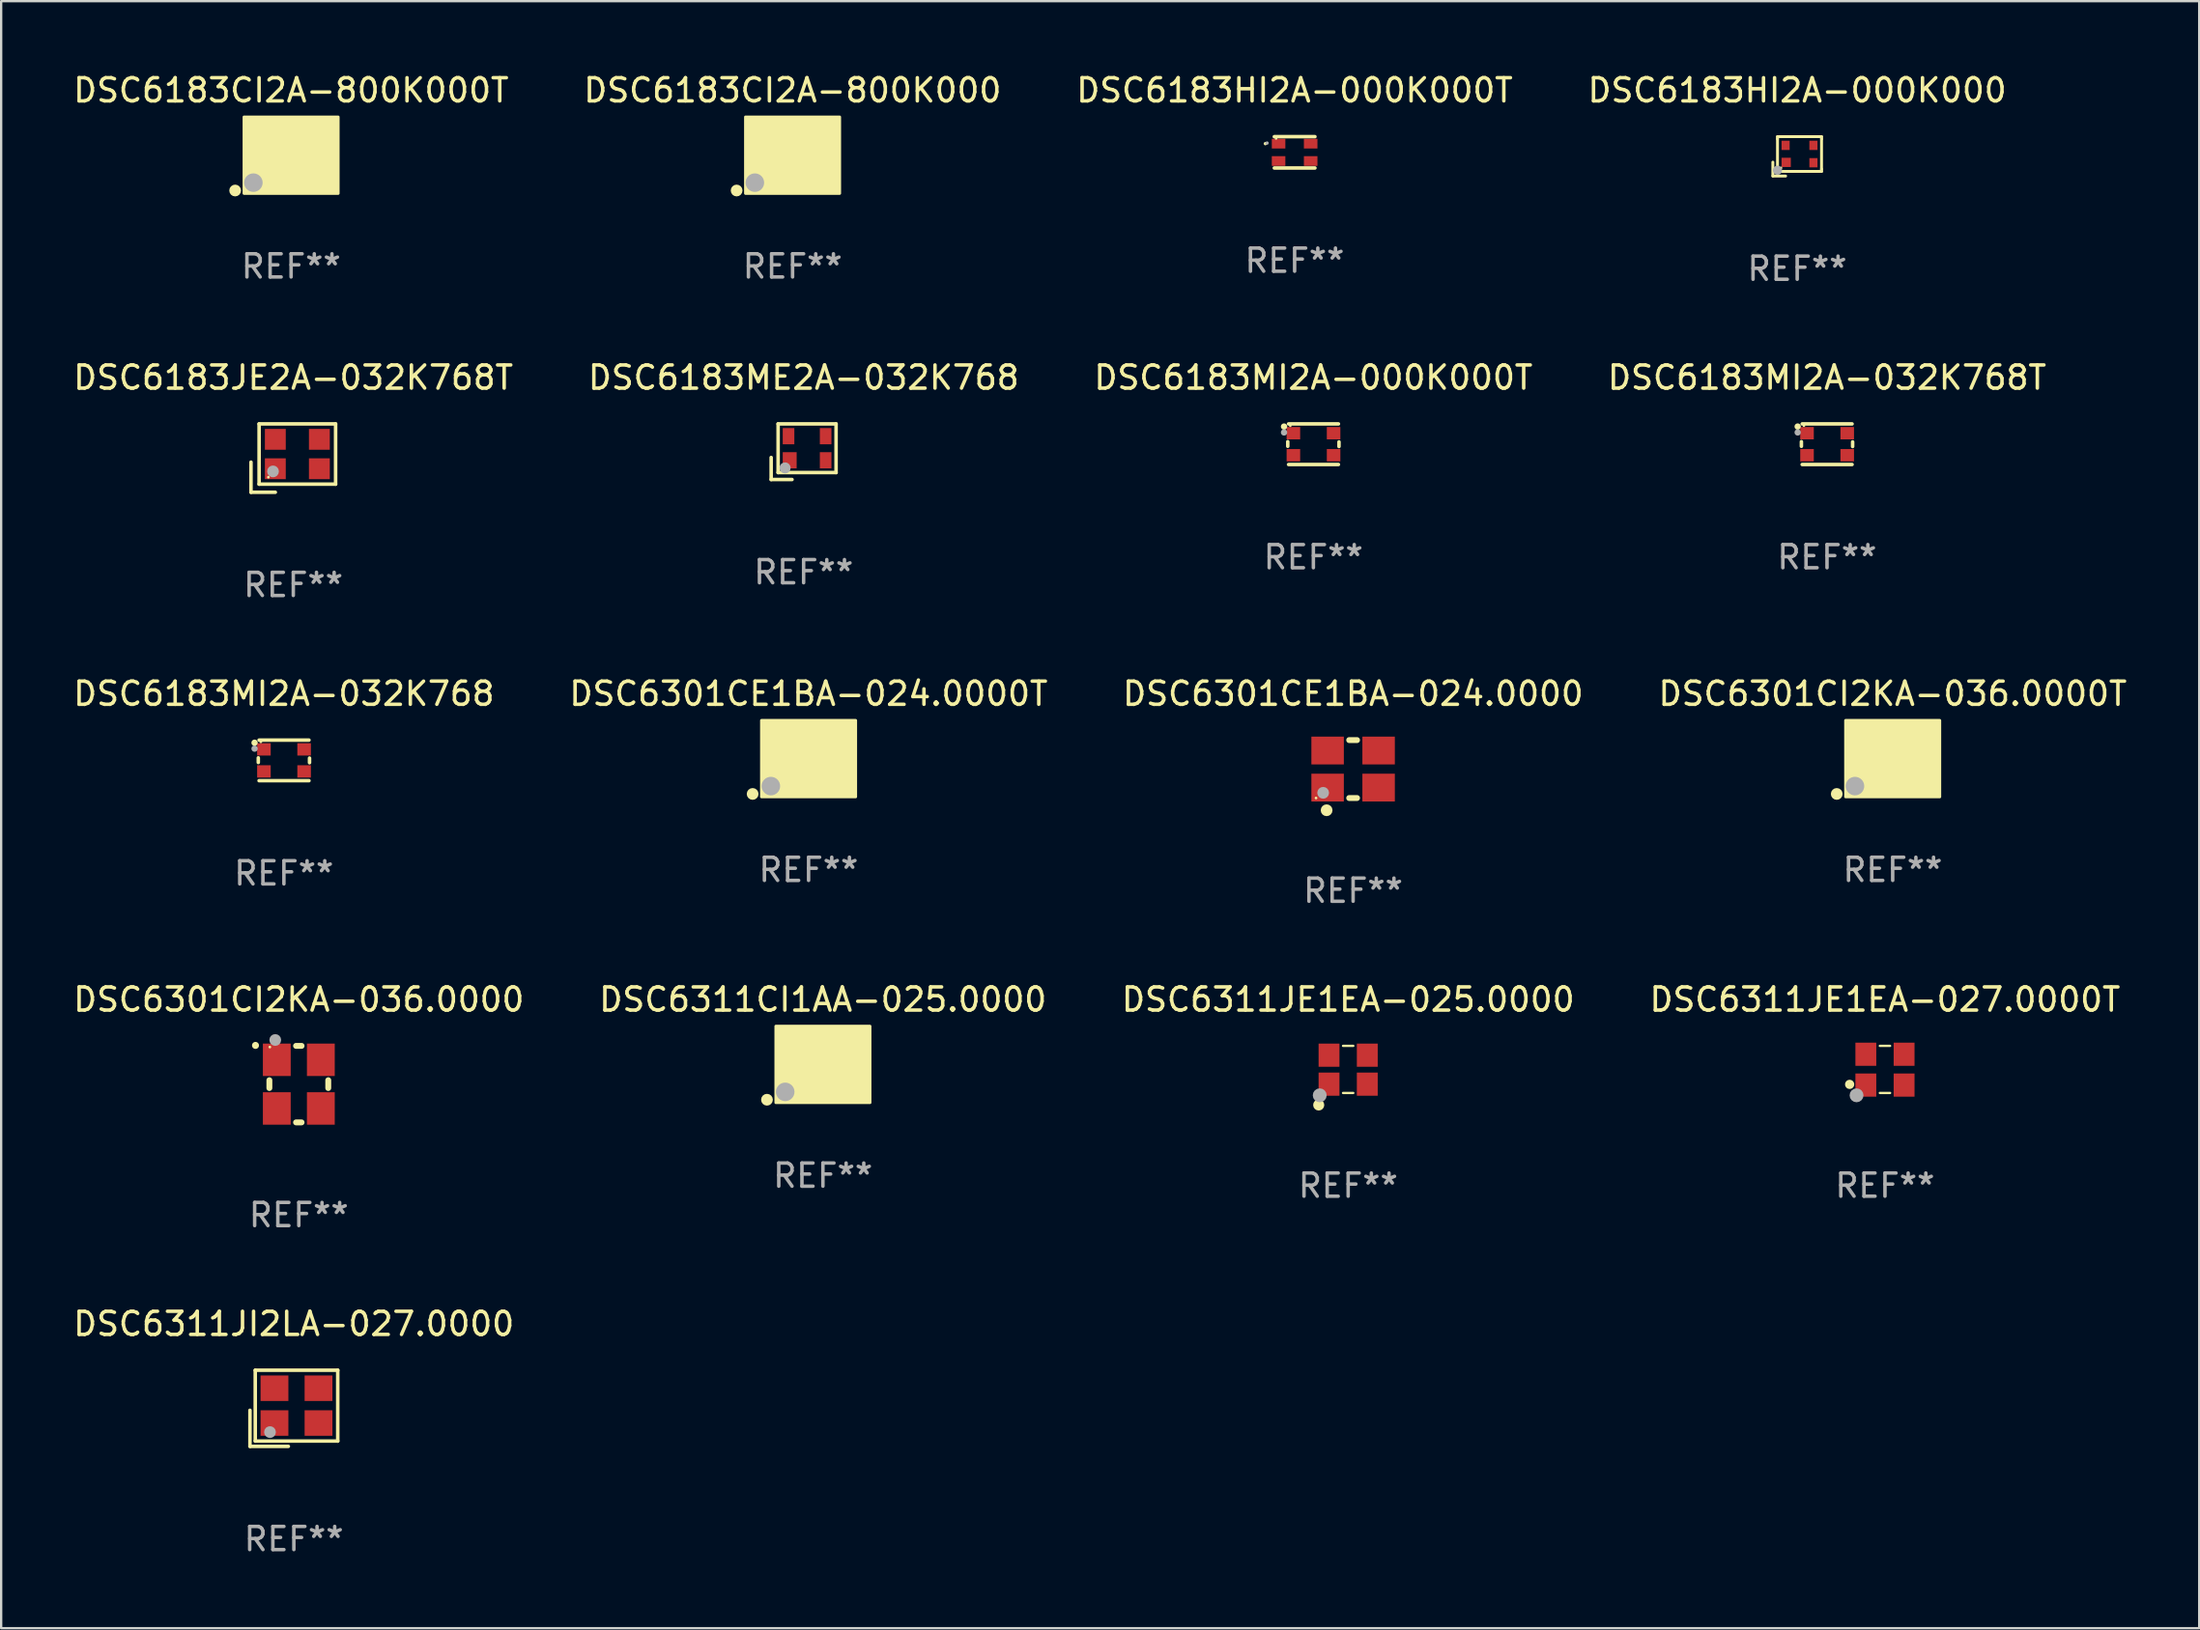
<source format=kicad_pcb>
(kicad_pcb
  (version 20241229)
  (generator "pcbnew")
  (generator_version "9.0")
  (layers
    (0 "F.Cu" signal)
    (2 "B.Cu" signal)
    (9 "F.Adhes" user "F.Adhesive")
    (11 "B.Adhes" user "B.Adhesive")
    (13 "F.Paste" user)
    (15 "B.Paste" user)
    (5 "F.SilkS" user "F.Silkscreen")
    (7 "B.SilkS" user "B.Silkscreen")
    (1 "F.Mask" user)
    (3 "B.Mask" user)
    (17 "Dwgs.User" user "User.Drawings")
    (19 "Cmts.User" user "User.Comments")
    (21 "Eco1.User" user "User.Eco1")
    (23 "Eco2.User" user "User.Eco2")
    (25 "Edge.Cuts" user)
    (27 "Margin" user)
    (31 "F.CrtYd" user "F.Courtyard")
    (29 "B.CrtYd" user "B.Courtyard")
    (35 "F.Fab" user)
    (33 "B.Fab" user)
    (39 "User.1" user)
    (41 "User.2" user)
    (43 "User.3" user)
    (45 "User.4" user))
  (footprint "DSC6183ME2A-032K768"
    (layer "F.Cu")
    (at 31.613 16.445)
    (property "Reference" "DSC6183ME2A-032K768" (at 0 -3.2 0) (layer "F.SilkS") (effects (font (size 1 1) (thickness 0.15))))
    (attr through_hole)
    (fp_line (start -1.4 0.25) (end -1.4 1.2) (stroke (width 0.152) (type solid)) (layer "F.SilkS"))
    (fp_line (start -1.4 1.2) (end -0.5 1.2) (stroke (width 0.152) (type solid)) (layer "F.SilkS"))
    (fp_line (start -1.1 -1.2) (end -1.1 0.9) (stroke (width 0.152) (type solid)) (layer "F.SilkS"))
    (fp_line (start -1.1 -1.2) (end 1.4 -1.2) (stroke (width 0.152) (type solid)) (layer "F.SilkS"))
    (fp_line (start -1.1 0.9) (end 1.4 0.9) (stroke (width 0.152) (type solid)) (layer "F.SilkS"))
    (fp_line (start 1.4 0.9) (end 1.4 -1.2) (stroke (width 0.152) (type solid)) (layer "F.SilkS"))
    (fp_circle (center -0.85 0.65) (end -0.82 0.65) (stroke (width 0.06) (type solid)) (fill no) (layer "F.SilkS"))
    (fp_circle (center -0.8 0.7) (end -0.68 0.7) (stroke (width 0.24) (type solid)) (fill no) (layer "F.Fab"))
    (fp_text user "REF**" (at 0 5.2 0) (layer "F.Fab") (effects (font (size 1 1) (thickness 0.15))))
    (pad "1" smd rect (at -0.6 0.37) (size 0.6 0.7) (layers "F.Cu" "F.Mask" "F.Paste"))
    (pad "2" smd rect (at 0.95 0.37) (size 0.5 0.7) (layers "F.Cu" "F.Mask" "F.Paste"))
    (pad "3" smd rect (at 0.95 -0.67) (size 0.5 0.7) (layers "F.Cu" "F.Mask" "F.Paste"))
    (pad "4" smd rect (at -0.65 -0.67) (size 0.5 0.7) (layers "F.Cu" "F.Mask" "F.Paste")))
  (footprint "DSC6301CI2KA-036.0000"
    (layer "F.Cu")
    (at 9.839 43.739)
    (property "Reference" "DSC6301CI2KA-036.0000" (at 0 -3.651 0) (layer "F.SilkS") (effects (font (size 1 1) (thickness 0.15))))
    (attr through_hole)
    (fp_line (start -1.27 -0.169) (end -1.27 0.169) (stroke (width 0.254) (type solid)) (layer "F.SilkS"))
    (fp_line (start 0.119 -1.651) (end -0.119 -1.651) (stroke (width 0.254) (type solid)) (layer "F.SilkS"))
    (fp_line (start 0.119 1.651) (end -0.119 1.651) (stroke (width 0.254) (type solid)) (layer "F.SilkS"))
    (fp_line (start 1.27 -0.169) (end 1.27 0.169) (stroke (width 0.254) (type solid)) (layer "F.SilkS"))
    (fp_arc (start -1.868631 -1.669799) (mid -1.868636 -1.671069) (end -1.868631 -1.672339) (stroke (width 0.3) (type solid)) (layer "F.SilkS"))
    (fp_circle (center -1.25 -1.6) (end -1.22 -1.6) (stroke (width 0.06) (type solid)) (fill no) (layer "F.SilkS"))
    (fp_circle (center -1.016 -1.905) (end -0.889 -1.905) (stroke (width 0.254) (type solid)) (fill no) (layer "F.Fab"))
    (fp_text user "REF**" (at 0 5.651 0) (layer "F.Fab") (effects (font (size 1 1) (thickness 0.15))))
    (pad "1" smd rect (at -0.95 -1.05 90) (size 1.4 1.2) (layers "F.Cu" "F.Mask" "F.Paste"))
    (pad "2" smd rect (at -0.95 1.05 90) (size 1.4 1.2) (layers "F.Cu" "F.Mask" "F.Paste"))
    (pad "3" smd rect (at 0.95 1.05 90) (size 1.4 1.2) (layers "F.Cu" "F.Mask" "F.Paste"))
    (pad "4" smd rect (at 0.95 -1.05 90) (size 1.4 1.2) (layers "F.Cu" "F.Mask" "F.Paste")))
  (footprint "DSC6183MI2A-032K768T"
    (layer "F.Cu")
    (at 75.756 16.121)
    (property "Reference" "DSC6183MI2A-032K768T" (at 0 -2.876 0) (layer "F.SilkS") (effects (font (size 1 1) (thickness 0.15))))
    (attr through_hole)
    (fp_line (start -1.105 -0.11) (end -1.105 0.09) (stroke (width 0.152) (type solid)) (layer "F.SilkS"))
    (fp_line (start -1.071 -0.876) (end 1.081 -0.876) (stroke (width 0.152) (type solid)) (layer "F.SilkS"))
    (fp_line (start -1.071 0.876) (end 1.081 0.876) (stroke (width 0.152) (type solid)) (layer "F.SilkS"))
    (fp_line (start 1.105 -0.1) (end 1.105 0.1) (stroke (width 0.152) (type solid)) (layer "F.SilkS"))
    (fp_circle (center -1.265 -0.762) (end -1.196 -0.762) (stroke (width 0.137) (type solid)) (fill no) (layer "F.SilkS"))
    (fp_circle (center -0.995 -0.8) (end -0.965 -0.8) (stroke (width 0.06) (type solid)) (fill no) (layer "F.SilkS"))
    (fp_circle (center -1.265 -0.508) (end -1.196 -0.508) (stroke (width 0.137) (type solid)) (fill no) (layer "F.Fab"))
    (fp_text user "REF**" (at 0 4.876 0) (layer "F.Fab") (effects (font (size 1 1) (thickness 0.15))))
    (pad "1" smd rect (at -0.862 -0.475) (size 0.585 0.532) (layers "F.Cu" "F.Mask" "F.Paste"))
    (pad "2" smd rect (at -0.862 0.475) (size 0.585 0.532) (layers "F.Cu" "F.Mask" "F.Paste"))
    (pad "3" smd rect (at 0.872 0.475) (size 0.585 0.532) (layers "F.Cu" "F.Mask" "F.Paste"))
    (pad "4" smd rect (at 0.872 -0.475) (size 0.585 0.532) (layers "F.Cu" "F.Mask" "F.Paste")))
  (footprint "DSC6183CI2A-800K000T"
    (layer "F.Cu")
    (at 9.506 3.648)
    (property "Reference" "DSC6183CI2A-800K000T" (at 0 -2.8 0) (layer "F.SilkS") (effects (font (size 1 1) (thickness 0.15))))
    (attr through_hole)
    (fp_circle (center -2.413 1.524) (end -2.286 1.524) (stroke (width 0.254) (type solid)) (fill no) (layer "F.SilkS"))
    (fp_circle (center -1.6 1.25) (end -1.57 1.25) (stroke (width 0.06) (type solid)) (fill no) (layer "F.SilkS"))
    (fp_poly (pts (xy -2.032 -1.651) (xy 2.032 -1.651) (xy 2.032 1.651) (xy -2.032 1.651)) (stroke (width 0.12) (type solid)) (fill yes) (layer "F.SilkS"))
    (fp_circle (center -1.627 1.185) (end -1.427 1.185) (stroke (width 0.4) (type solid)) (fill no) (layer "F.Fab"))
    (fp_text user "REF**" (at 0 4.8 0) (layer "F.Fab") (effects (font (size 1 1) (thickness 0.15))))
    (pad "1" smd rect (at -1.05 0.8) (size 1.4 1.2) (layers "F.Cu" "F.Mask" "F.Paste"))
    (pad "2" smd rect (at 1.05 0.8) (size 1.4 1.2) (layers "F.Cu" "F.Mask" "F.Paste"))
    (pad "3" smd rect (at 1.05 -0.8) (size 1.4 1.2) (layers "F.Cu" "F.Mask" "F.Paste"))
    (pad "4" smd rect (at -1.05 -0.8) (size 1.4 1.2) (layers "F.Cu" "F.Mask" "F.Paste")))
  (footprint "DSC6311CI1AA-025.0000"
    (layer "F.Cu")
    (at 32.446 42.888)
    (property "Reference" "DSC6311CI1AA-025.0000" (at 0 -2.8 0) (layer "F.SilkS") (effects (font (size 1 1) (thickness 0.15))))
    (attr through_hole)
    (fp_circle (center -2.413 1.524) (end -2.286 1.524) (stroke (width 0.254) (type solid)) (fill no) (layer "F.SilkS"))
    (fp_circle (center -1.6 1.25) (end -1.57 1.25) (stroke (width 0.06) (type solid)) (fill no) (layer "F.SilkS"))
    (fp_poly (pts (xy -2.032 -1.651) (xy 2.032 -1.651) (xy 2.032 1.651) (xy -2.032 1.651)) (stroke (width 0.12) (type solid)) (fill yes) (layer "F.SilkS"))
    (fp_circle (center -1.627 1.185) (end -1.427 1.185) (stroke (width 0.4) (type solid)) (fill no) (layer "F.Fab"))
    (fp_text user "REF**" (at 0 4.8 0) (layer "F.Fab") (effects (font (size 1 1) (thickness 0.15))))
    (pad "1" smd rect (at -1.05 0.8) (size 1.4 1.2) (layers "F.Cu" "F.Mask" "F.Paste"))
    (pad "2" smd rect (at 1.05 0.8) (size 1.4 1.2) (layers "F.Cu" "F.Mask" "F.Paste"))
    (pad "3" smd rect (at 1.05 -0.8) (size 1.4 1.2) (layers "F.Cu" "F.Mask" "F.Paste"))
    (pad "4" smd rect (at -1.05 -0.8) (size 1.4 1.2) (layers "F.Cu" "F.Mask" "F.Paste")))
  (footprint "DSC6301CE1BA-024.0000"
    (layer "F.Cu")
    (at 55.315 30.141)
    (property "Reference" "DSC6301CE1BA-024.0000" (at 0 -3.25 0) (layer "F.SilkS") (effects (font (size 1 1) (thickness 0.15))))
    (attr through_hole)
    (fp_line (start -0.169 -1.25) (end 0.169 -1.25) (stroke (width 0.254) (type solid)) (layer "F.SilkS"))
    (fp_line (start -0.169 1.25) (end 0.169 1.25) (stroke (width 0.254) (type solid)) (layer "F.SilkS"))
    (fp_circle (center -1.6 1.25) (end -1.57 1.25) (stroke (width 0.06) (type solid)) (fill no) (layer "F.SilkS"))
    (fp_circle (center -1.143 1.778) (end -1.016 1.778) (stroke (width 0.254) (type solid)) (fill no) (layer "F.SilkS"))
    (fp_circle (center -1.292 1.025) (end -1.165 1.025) (stroke (width 0.254) (type solid)) (fill no) (layer "F.Fab"))
    (fp_text user "REF**" (at 0 5.25 0) (layer "F.Fab") (effects (font (size 1 1) (thickness 0.15))))
    (pad "1" smd rect (at -1.1 0.8) (size 1.4 1.2) (layers "F.Cu" "F.Mask" "F.Paste"))
    (pad "2" smd rect (at 1.1 0.8) (size 1.4 1.2) (layers "F.Cu" "F.Mask" "F.Paste"))
    (pad "3" smd rect (at 1.1 -0.8) (size 1.4 1.2) (layers "F.Cu" "F.Mask" "F.Paste"))
    (pad "4" smd rect (at -1.1 -0.8) (size 1.4 1.2) (layers "F.Cu" "F.Mask" "F.Paste")))
  (footprint "DSC6183HI2A-000K000T"
    (layer "F.Cu")
    (at 52.792 3.524)
    (property "Reference" "DSC6183HI2A-000K000T" (at 0 -2.676 0) (layer "F.SilkS") (effects (font (size 1 1) (thickness 0.15))))
    (attr through_hole)
    (fp_line (start -0.876 -0.676) (end 0.876 -0.676) (stroke (width 0.152) (type solid)) (layer "F.SilkS"))
    (fp_line (start -0.876 0.676) (end 0.876 0.676) (stroke (width 0.152) (type solid)) (layer "F.SilkS"))
    (fp_circle (center -1.261 -0.375) (end -1.223 -0.375) (stroke (width 0.075) (type solid)) (fill no) (layer "F.SilkS"))
    (fp_circle (center -0.8 -0.6) (end -0.77 -0.6) (stroke (width 0.06) (type solid)) (fill no) (layer "F.SilkS"))
    (fp_circle (center -1.19 -0.4) (end -1.152 -0.4) (stroke (width 0.075) (type solid)) (fill no) (layer "F.Fab"))
    (fp_text user "REF**" (at 0 4.676 0) (layer "F.Fab") (effects (font (size 1 1) (thickness 0.15))))
    (pad "1" smd rect (at -0.692 -0.375) (size 0.585 0.42) (layers "F.Cu" "F.Mask" "F.Paste"))
    (pad "2" smd rect (at -0.692 0.375) (size 0.585 0.42) (layers "F.Cu" "F.Mask" "F.Paste"))
    (pad "3" smd rect (at 0.692 0.375) (size 0.585 0.42) (layers "F.Cu" "F.Mask" "F.Paste"))
    (pad "4" smd rect (at 0.692 -0.375) (size 0.585 0.42) (layers "F.Cu" "F.Mask" "F.Paste")))
  (footprint "DSC6183HI2A-000K000"
    (layer "F.Cu")
    (at 74.47 3.698)
    (property "Reference" "DSC6183HI2A-000K000" (at 0 -2.85 0) (layer "F.SilkS") (effects (font (size 1 1) (thickness 0.15))))
    (attr through_hole)
    (fp_line (start -1.05 0.25) (end -1.05 0.85) (stroke (width 0.125) (type solid)) (layer "F.SilkS"))
    (fp_line (start -1.05 0.85) (end -0.5 0.85) (stroke (width 0.125) (type solid)) (layer "F.SilkS"))
    (fp_line (start -0.85 -0.85) (end 1.05 -0.85) (stroke (width 0.125) (type solid)) (layer "F.SilkS"))
    (fp_line (start -0.85 -0.75) (end -0.85 -0.85) (stroke (width 0.125) (type solid)) (layer "F.SilkS"))
    (fp_line (start -0.85 -0.75) (end -0.85 0.6) (stroke (width 0.125) (type solid)) (layer "F.SilkS"))
    (fp_line (start -0.85 0.6) (end -0.85 0.65) (stroke (width 0.125) (type solid)) (layer "F.SilkS"))
    (fp_line (start 1.05 -0.85) (end 1.05 -0.75) (stroke (width 0.125) (type solid)) (layer "F.SilkS"))
    (fp_line (start 1.05 -0.75) (end 1.05 0.55) (stroke (width 0.125) (type solid)) (layer "F.SilkS"))
    (fp_line (start 1.05 0.55) (end 1.05 0.65) (stroke (width 0.125) (type solid)) (layer "F.SilkS"))
    (fp_line (start 1.05 0.65) (end -0.85 0.65) (stroke (width 0.125) (type solid)) (layer "F.SilkS"))
    (fp_circle (center -0.7 0.5) (end -0.67 0.5) (stroke (width 0.06) (type solid)) (fill no) (layer "F.SilkS"))
    (fp_circle (center -0.85 0.6) (end -0.75 0.6) (stroke (width 0.2) (type solid)) (fill no) (layer "F.Fab"))
    (fp_text user "REF**" (at 0 4.85 0) (layer "F.Fab") (effects (font (size 1 1) (thickness 0.15))))
    (pad "1" smd rect (at -0.475 0.26) (size 0.4 0.4) (layers "F.Cu" "F.Mask" "F.Paste"))
    (pad "2" smd rect (at 0.7 0.275) (size 0.35 0.4) (layers "F.Cu" "F.Mask" "F.Paste"))
    (pad "3" smd rect (at 0.7 -0.475 180) (size 0.35 0.4) (layers "F.Cu" "F.Mask" "F.Paste"))
    (pad "4" smd rect (at -0.5 -0.475) (size 0.35 0.4) (layers "F.Cu" "F.Mask" "F.Paste")))
  (footprint "DSC6183MI2A-032K768"
    (layer "F.Cu")
    (at 9.196 29.767)
    (property "Reference" "DSC6183MI2A-032K768" (at 0 -2.876 0) (layer "F.SilkS") (effects (font (size 1 1) (thickness 0.15))))
    (attr through_hole)
    (fp_line (start -1.105 -0.11) (end -1.105 0.09) (stroke (width 0.152) (type solid)) (layer "F.SilkS"))
    (fp_line (start -1.071 -0.876) (end 1.081 -0.876) (stroke (width 0.152) (type solid)) (layer "F.SilkS"))
    (fp_line (start -1.071 0.876) (end 1.081 0.876) (stroke (width 0.152) (type solid)) (layer "F.SilkS"))
    (fp_line (start 1.105 -0.1) (end 1.105 0.1) (stroke (width 0.152) (type solid)) (layer "F.SilkS"))
    (fp_circle (center -1.265 -0.762) (end -1.196 -0.762) (stroke (width 0.137) (type solid)) (fill no) (layer "F.SilkS"))
    (fp_circle (center -0.995 -0.8) (end -0.965 -0.8) (stroke (width 0.06) (type solid)) (fill no) (layer "F.SilkS"))
    (fp_circle (center -1.265 -0.508) (end -1.196 -0.508) (stroke (width 0.137) (type solid)) (fill no) (layer "F.Fab"))
    (fp_text user "REF**" (at 0 4.876 0) (layer "F.Fab") (effects (font (size 1 1) (thickness 0.15))))
    (pad "1" smd rect (at -0.862 -0.475) (size 0.585 0.532) (layers "F.Cu" "F.Mask" "F.Paste"))
    (pad "2" smd rect (at -0.862 0.475) (size 0.585 0.532) (layers "F.Cu" "F.Mask" "F.Paste"))
    (pad "3" smd rect (at 0.872 0.475) (size 0.585 0.532) (layers "F.Cu" "F.Mask" "F.Paste"))
    (pad "4" smd rect (at 0.872 -0.475) (size 0.585 0.532) (layers "F.Cu" "F.Mask" "F.Paste")))
  (footprint "DSC6311JE1EA-025.0000"
    (layer "F.Cu")
    (at 55.101 43.104)
    (property "Reference" "DSC6311JE1EA-025.0000" (at 0 -3.016 0) (layer "F.SilkS") (effects (font (size 1 1) (thickness 0.15))))
    (attr through_hole)
    (fp_line (start -0.221 -1.016) (end 0.221 -1.016) (stroke (width 0.1) (type solid)) (layer "F.SilkS"))
    (fp_line (start -0.221 1.016) (end 0.221 1.016) (stroke (width 0.1) (type solid)) (layer "F.SilkS"))
    (fp_circle (center -1.27 1.535) (end -1.15 1.535) (stroke (width 0.24) (type solid)) (fill no) (layer "F.SilkS"))
    (fp_circle (center -1.25 1) (end -1.22 1) (stroke (width 0.06) (type solid)) (fill no) (layer "F.SilkS"))
    (fp_circle (center -1.226 1.118) (end -1.076 1.118) (stroke (width 0.3) (type solid)) (fill no) (layer "F.Fab"))
    (fp_text user "REF**" (at 0 5.016 0) (layer "F.Fab") (effects (font (size 1 1) (thickness 0.15))))
    (pad "1" smd rect (at -0.825 0.636) (size 0.9 1) (layers "F.Cu" "F.Mask" "F.Paste"))
    (pad "2" smd rect (at 0.825 0.636) (size 0.9 1) (layers "F.Cu" "F.Mask" "F.Paste"))
    (pad "3" smd rect (at 0.825 -0.614) (size 0.9 1) (layers "F.Cu" "F.Mask" "F.Paste"))
    (pad "4" smd rect (at -0.825 -0.614) (size 0.9 1) (layers "F.Cu" "F.Mask" "F.Paste")))
  (footprint "DSC6311JI2LA-027.0000"
    (layer "F.Cu")
    (at 9.625 57.729)
    (property "Reference" "DSC6311JI2LA-027.0000" (at 0 -3.643 0) (layer "F.SilkS") (effects (font (size 1 1) (thickness 0.15))))
    (attr through_hole)
    (fp_line (start -1.893 0.086) (end -1.893 1.643) (stroke (width 0.152) (type solid)) (layer "F.SilkS"))
    (fp_line (start -1.893 1.643) (end -0.237 1.643) (stroke (width 0.152) (type solid)) (layer "F.SilkS"))
    (fp_line (start -1.665 -1.643) (end 1.893 -1.643) (stroke (width 0.152) (type solid)) (layer "F.SilkS"))
    (fp_line (start -1.665 1.414) (end -1.665 -1.643) (stroke (width 0.152) (type solid)) (layer "F.SilkS"))
    (fp_line (start 1.893 -1.643) (end 1.893 1.414) (stroke (width 0.152) (type solid)) (layer "F.SilkS"))
    (fp_line (start 1.893 1.414) (end -1.665 1.414) (stroke (width 0.152) (type solid)) (layer "F.SilkS"))
    (fp_circle (center -1.136 0.885) (end -1.106 0.885) (stroke (width 0.06) (type solid)) (fill no) (layer "F.SilkS"))
    (fp_circle (center -1.029 1.028) (end -0.902 1.028) (stroke (width 0.254) (type solid)) (fill no) (layer "F.Fab"))
    (fp_text user "REF**" (at 0 5.643 0) (layer "F.Fab") (effects (font (size 1 1) (thickness 0.15))))
    (pad "1" smd rect (at -0.836 0.636) (size 1.2 1.1) (layers "F.Cu" "F.Mask" "F.Paste"))
    (pad "2" smd rect (at 1.064 0.636) (size 1.2 1.1) (layers "F.Cu" "F.Mask" "F.Paste"))
    (pad "3" smd rect (at 1.064 -0.865) (size 1.2 1.1) (layers "F.Cu" "F.Mask" "F.Paste"))
    (pad "4" smd rect (at -0.836 -0.865) (size 1.2 1.1) (layers "F.Cu" "F.Mask" "F.Paste")))
  (footprint "DSC6301CI2KA-036.0000T"
    (layer "F.Cu")
    (at 78.589 29.691)
    (property "Reference" "DSC6301CI2KA-036.0000T" (at 0 -2.8 0) (layer "F.SilkS") (effects (font (size 1 1) (thickness 0.15))))
    (attr through_hole)
    (fp_circle (center -2.413 1.524) (end -2.286 1.524) (stroke (width 0.254) (type solid)) (fill no) (layer "F.SilkS"))
    (fp_circle (center -1.6 1.25) (end -1.57 1.25) (stroke (width 0.06) (type solid)) (fill no) (layer "F.SilkS"))
    (fp_poly (pts (xy -2.032 -1.651) (xy 2.032 -1.651) (xy 2.032 1.651) (xy -2.032 1.651)) (stroke (width 0.12) (type solid)) (fill yes) (layer "F.SilkS"))
    (fp_circle (center -1.627 1.185) (end -1.427 1.185) (stroke (width 0.4) (type solid)) (fill no) (layer "F.Fab"))
    (fp_text user "REF**" (at 0 4.8 0) (layer "F.Fab") (effects (font (size 1 1) (thickness 0.15))))
    (pad "1" smd rect (at -1.05 0.8) (size 1.4 1.2) (layers "F.Cu" "F.Mask" "F.Paste"))
    (pad "2" smd rect (at 1.05 0.8) (size 1.4 1.2) (layers "F.Cu" "F.Mask" "F.Paste"))
    (pad "3" smd rect (at 1.05 -0.8) (size 1.4 1.2) (layers "F.Cu" "F.Mask" "F.Paste"))
    (pad "4" smd rect (at -1.05 -0.8) (size 1.4 1.2) (layers "F.Cu" "F.Mask" "F.Paste")))
  (footprint "DSC6183MI2A-000K000T"
    (layer "F.Cu")
    (at 53.601 16.121)
    (property "Reference" "DSC6183MI2A-000K000T" (at 0 -2.876 0) (layer "F.SilkS") (effects (font (size 1 1) (thickness 0.15))))
    (attr through_hole)
    (fp_line (start -1.105 -0.11) (end -1.105 0.09) (stroke (width 0.152) (type solid)) (layer "F.SilkS"))
    (fp_line (start -1.071 -0.876) (end 1.081 -0.876) (stroke (width 0.152) (type solid)) (layer "F.SilkS"))
    (fp_line (start -1.071 0.876) (end 1.081 0.876) (stroke (width 0.152) (type solid)) (layer "F.SilkS"))
    (fp_line (start 1.105 -0.1) (end 1.105 0.1) (stroke (width 0.152) (type solid)) (layer "F.SilkS"))
    (fp_circle (center -1.265 -0.762) (end -1.196 -0.762) (stroke (width 0.137) (type solid)) (fill no) (layer "F.SilkS"))
    (fp_circle (center -0.995 -0.8) (end -0.965 -0.8) (stroke (width 0.06) (type solid)) (fill no) (layer "F.SilkS"))
    (fp_circle (center -1.265 -0.508) (end -1.196 -0.508) (stroke (width 0.137) (type solid)) (fill no) (layer "F.Fab"))
    (fp_text user "REF**" (at 0 4.876 0) (layer "F.Fab") (effects (font (size 1 1) (thickness 0.15))))
    (pad "1" smd rect (at -0.862 -0.475) (size 0.585 0.532) (layers "F.Cu" "F.Mask" "F.Paste"))
    (pad "2" smd rect (at -0.862 0.475) (size 0.585 0.532) (layers "F.Cu" "F.Mask" "F.Paste"))
    (pad "3" smd rect (at 0.872 0.475) (size 0.585 0.532) (layers "F.Cu" "F.Mask" "F.Paste"))
    (pad "4" smd rect (at 0.872 -0.475) (size 0.585 0.532) (layers "F.Cu" "F.Mask" "F.Paste")))
  (footprint "DSC6301CE1BA-024.0000T"
    (layer "F.Cu")
    (at 31.827 29.691)
    (property "Reference" "DSC6301CE1BA-024.0000T" (at 0 -2.8 0) (layer "F.SilkS") (effects (font (size 1 1) (thickness 0.15))))
    (attr through_hole)
    (fp_circle (center -2.413 1.524) (end -2.286 1.524) (stroke (width 0.254) (type solid)) (fill no) (layer "F.SilkS"))
    (fp_circle (center -1.6 1.25) (end -1.57 1.25) (stroke (width 0.06) (type solid)) (fill no) (layer "F.SilkS"))
    (fp_poly (pts (xy -2.032 -1.651) (xy 2.032 -1.651) (xy 2.032 1.651) (xy -2.032 1.651)) (stroke (width 0.12) (type solid)) (fill yes) (layer "F.SilkS"))
    (fp_circle (center -1.627 1.185) (end -1.427 1.185) (stroke (width 0.4) (type solid)) (fill no) (layer "F.Fab"))
    (fp_text user "REF**" (at 0 4.8 0) (layer "F.Fab") (effects (font (size 1 1) (thickness 0.15))))
    (pad "1" smd rect (at -1.05 0.8) (size 1.4 1.2) (layers "F.Cu" "F.Mask" "F.Paste"))
    (pad "2" smd rect (at 1.05 0.8) (size 1.4 1.2) (layers "F.Cu" "F.Mask" "F.Paste"))
    (pad "3" smd rect (at 1.05 -0.8) (size 1.4 1.2) (layers "F.Cu" "F.Mask" "F.Paste"))
    (pad "4" smd rect (at -1.05 -0.8) (size 1.4 1.2) (layers "F.Cu" "F.Mask" "F.Paste")))
  (footprint "DSC6311JE1EA-027.0000T"
    (layer "F.Cu")
    (at 78.256 43.104)
    (property "Reference" "DSC6311JE1EA-027.0000T" (at 0 -3.016 0) (layer "F.SilkS") (effects (font (size 1 1) (thickness 0.15))))
    (attr through_hole)
    (fp_line (start -0.221 -1.016) (end 0.221 -1.016) (stroke (width 0.1) (type solid)) (layer "F.SilkS"))
    (fp_line (start -0.221 1.016) (end 0.221 1.016) (stroke (width 0.1) (type solid)) (layer "F.SilkS"))
    (fp_circle (center -1.524 0.646) (end -1.424 0.646) (stroke (width 0.2) (type solid)) (fill no) (layer "F.SilkS"))
    (fp_circle (center -1.25 1) (end -1.22 1) (stroke (width 0.06) (type solid)) (fill no) (layer "F.SilkS"))
    (fp_circle (center -1.226 1.118) (end -1.076 1.118) (stroke (width 0.3) (type solid)) (fill no) (layer "F.Fab"))
    (fp_text user "REF**" (at 0 5.016 0) (layer "F.Fab") (effects (font (size 1 1) (thickness 0.15))))
    (pad "1" smd rect (at -0.825 0.676) (size 0.9 1) (layers "F.Cu" "F.Mask" "F.Paste"))
    (pad "2" smd rect (at 0.825 0.676) (size 0.9 1) (layers "F.Cu" "F.Mask" "F.Paste"))
    (pad "3" smd rect (at 0.825 -0.655) (size 0.9 1) (layers "F.Cu" "F.Mask" "F.Paste"))
    (pad "4" smd rect (at -0.825 -0.655) (size 0.9 1) (layers "F.Cu" "F.Mask" "F.Paste")))
  (footprint "DSC6183CI2A-800K000"
    (layer "F.Cu")
    (at 31.137 3.648)
    (property "Reference" "DSC6183CI2A-800K000" (at 0 -2.8 0) (layer "F.SilkS") (effects (font (size 1 1) (thickness 0.15))))
    (attr through_hole)
    (fp_circle (center -2.413 1.524) (end -2.286 1.524) (stroke (width 0.254) (type solid)) (fill no) (layer "F.SilkS"))
    (fp_circle (center -1.6 1.25) (end -1.57 1.25) (stroke (width 0.06) (type solid)) (fill no) (layer "F.SilkS"))
    (fp_poly (pts (xy -2.032 -1.651) (xy 2.032 -1.651) (xy 2.032 1.651) (xy -2.032 1.651)) (stroke (width 0.12) (type solid)) (fill yes) (layer "F.SilkS"))
    (fp_circle (center -1.627 1.185) (end -1.427 1.185) (stroke (width 0.4) (type solid)) (fill no) (layer "F.Fab"))
    (fp_text user "REF**" (at 0 4.8 0) (layer "F.Fab") (effects (font (size 1 1) (thickness 0.15))))
    (pad "1" smd rect (at -1.05 0.8) (size 1.4 1.2) (layers "F.Cu" "F.Mask" "F.Paste"))
    (pad "2" smd rect (at 1.05 0.8) (size 1.4 1.2) (layers "F.Cu" "F.Mask" "F.Paste"))
    (pad "3" smd rect (at 1.05 -0.8) (size 1.4 1.2) (layers "F.Cu" "F.Mask" "F.Paste"))
    (pad "4" smd rect (at -1.05 -0.8) (size 1.4 1.2) (layers "F.Cu" "F.Mask" "F.Paste")))
  (footprint "DSC6183JE2A-032K768T"
    (layer "F.Cu")
    (at 9.601 16.72)
    (property "Reference" "DSC6183JE2A-032K768T" (at 0 -3.475 0) (layer "F.SilkS") (effects (font (size 1 1) (thickness 0.15))))
    (attr through_hole)
    (fp_line (start -1.825 0.175) (end -1.825 1.475) (stroke (width 0.152) (type solid)) (layer "F.SilkS"))
    (fp_line (start -1.825 1.475) (end -0.775 1.475) (stroke (width 0.152) (type solid)) (layer "F.SilkS"))
    (fp_line (start -1.475 -1.475) (end -1.475 1.125) (stroke (width 0.152) (type solid)) (layer "F.SilkS"))
    (fp_line (start -1.475 1.125) (end 1.825 1.125) (stroke (width 0.152) (type solid)) (layer "F.SilkS"))
    (fp_line (start 1.825 -1.475) (end -1.475 -1.475) (stroke (width 0.152) (type solid)) (layer "F.SilkS"))
    (fp_line (start 1.825 1.125) (end 1.825 -1.475) (stroke (width 0.152) (type solid)) (layer "F.SilkS"))
    (fp_circle (center -1.075 0.825) (end -1.045 0.825) (stroke (width 0.06) (type solid)) (fill no) (layer "F.SilkS"))
    (fp_circle (center -0.875 0.575) (end -0.748 0.575) (stroke (width 0.254) (type solid)) (fill no) (layer "F.Fab"))
    (fp_text user "REF**" (at 0 5.475 0) (layer "F.Fab") (effects (font (size 1 1) (thickness 0.15))))
    (pad "1" smd rect (at -0.775 0.46) (size 0.9 0.9) (layers "F.Cu" "F.Mask" "F.Paste"))
    (pad "2" smd rect (at 1.125 0.46) (size 0.9 0.9) (layers "F.Cu" "F.Mask" "F.Paste"))
    (pad "3" smd rect (at 1.125 -0.81) (size 0.9 0.9) (layers "F.Cu" "F.Mask" "F.Paste"))
    (pad "4" smd rect (at -0.775 -0.81) (size 0.9 0.9) (layers "F.Cu" "F.Mask" "F.Paste")))
  (gr_rect
    (start -3 -3)
    (end 91.81 67.221)
    (stroke (width 0.1) (type default))
    (fill no)
    (layer "Edge.Cuts")))
</source>
